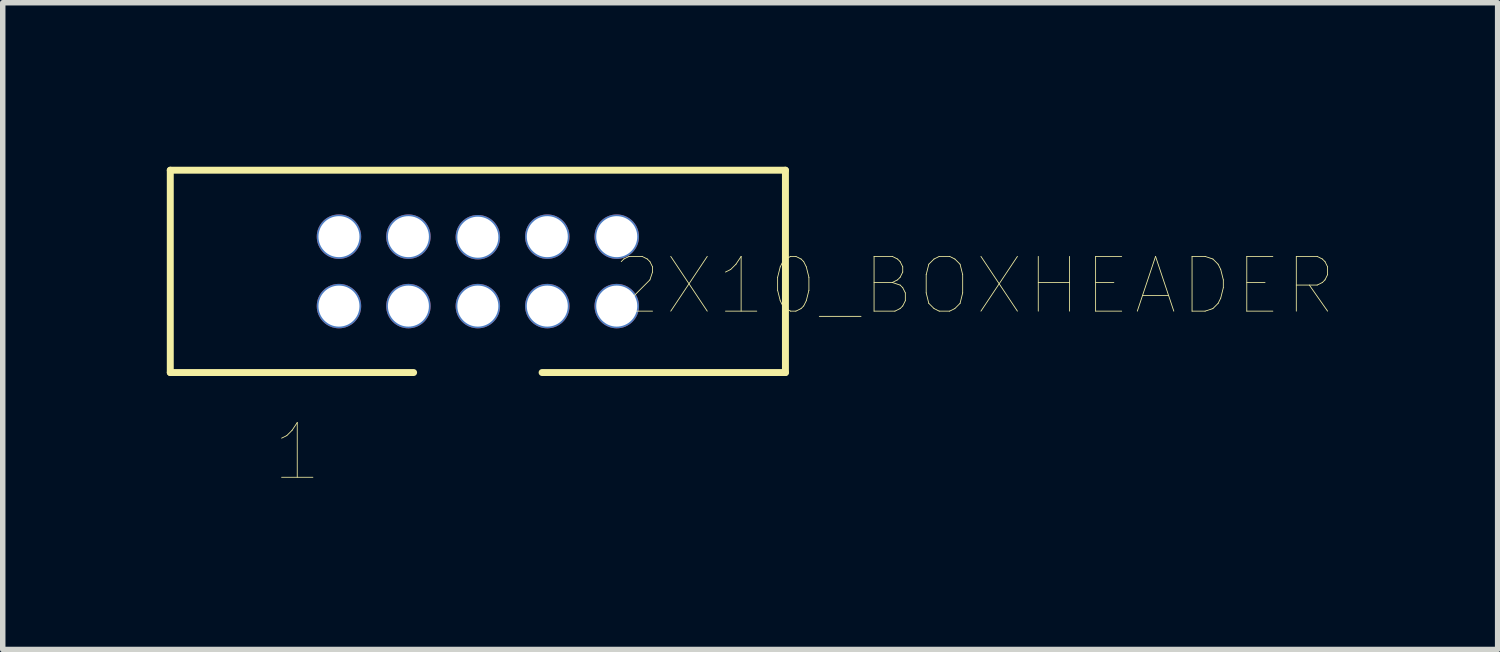
<source format=kicad_pcb>
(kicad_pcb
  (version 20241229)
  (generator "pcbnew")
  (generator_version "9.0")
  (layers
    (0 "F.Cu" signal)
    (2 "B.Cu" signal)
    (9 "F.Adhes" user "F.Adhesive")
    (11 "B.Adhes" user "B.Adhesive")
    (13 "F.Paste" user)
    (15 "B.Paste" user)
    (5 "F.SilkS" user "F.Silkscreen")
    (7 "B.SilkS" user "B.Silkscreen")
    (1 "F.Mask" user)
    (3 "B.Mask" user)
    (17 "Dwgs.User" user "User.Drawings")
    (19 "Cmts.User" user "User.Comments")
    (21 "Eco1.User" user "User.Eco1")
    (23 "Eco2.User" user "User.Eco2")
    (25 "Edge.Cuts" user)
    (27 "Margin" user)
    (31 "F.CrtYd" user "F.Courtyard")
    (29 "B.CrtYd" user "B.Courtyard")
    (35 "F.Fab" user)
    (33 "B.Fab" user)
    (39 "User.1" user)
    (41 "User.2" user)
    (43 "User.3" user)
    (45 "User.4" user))
  (footprint "2X10_BOXHEADER"
    (layer "F.Cu")
    (at 5.689 1.913)
    (property "Reference" "2X10_BOXHEADER" (at 9.081 0.265 0) (layer "F.SilkS") (effects (font (size 1.001 1.001) (thickness 0.015))))
    (attr through_hole)
    (fp_line (start -5.625 -1.85) (end -5.625 1.85) (stroke (width 0.127) (type solid)) (layer "F.SilkS"))
    (fp_line (start -5.625 1.85) (end -1.175 1.85) (stroke (width 0.127) (type solid)) (layer "F.SilkS"))
    (fp_line (start 5.625 -1.85) (end -5.625 -1.85) (stroke (width 0.127) (type solid)) (layer "F.SilkS"))
    (fp_line (start 5.625 -1.85) (end 5.625 1.85) (stroke (width 0.127) (type solid)) (layer "F.SilkS"))
    (fp_line (start 5.625 1.85) (end 1.175 1.85) (stroke (width 0.127) (type solid)) (layer "F.SilkS"))
    (fp_text user "1" (at -3.303 3.303 0) (layer "F.SilkS") (effects (font (size 1.001 1.001) (thickness 0.015))))
    (pad "1" thru_hole circle (at -2.54 0.635) (size 0.813 0.813) (drill 0.75) (layers "*.Cu" "*.Mask"))
    (pad "2" thru_hole circle (at -2.54 -0.635) (size 0.813 0.813) (drill 0.75) (layers "*.Cu" "*.Mask"))
    (pad "3" thru_hole circle (at -1.27 0.635) (size 0.813 0.813) (drill 0.75) (layers "*.Cu" "*.Mask"))
    (pad "4" thru_hole circle (at -1.27 -0.635) (size 0.813 0.813) (drill 0.75) (layers "*.Cu" "*.Mask"))
    (pad "5" thru_hole circle (at 0 0.635) (size 0.813 0.813) (drill 0.75) (layers "*.Cu" "*.Mask"))
    (pad "6" thru_hole circle (at 0 -0.625) (size 0.813 0.813) (drill 0.75) (layers "*.Cu" "*.Mask"))
    (pad "7" thru_hole circle (at 1.27 0.635) (size 0.813 0.813) (drill 0.75) (layers "*.Cu" "*.Mask"))
    (pad "8" thru_hole circle (at 1.27 -0.635) (size 0.813 0.813) (drill 0.75) (layers "*.Cu" "*.Mask"))
    (pad "9" thru_hole circle (at 2.54 0.635) (size 0.813 0.813) (drill 0.75) (layers "*.Cu" "*.Mask"))
    (pad "10" thru_hole circle (at 2.54 -0.635) (size 0.813 0.813) (drill 0.75) (layers "*.Cu" "*.Mask")))
  (gr_rect
    (start -3 -3)
    (end 24.339 8.828)
    (stroke (width 0.1) (type default))
    (fill no)
    (layer "Edge.Cuts")))
</source>
